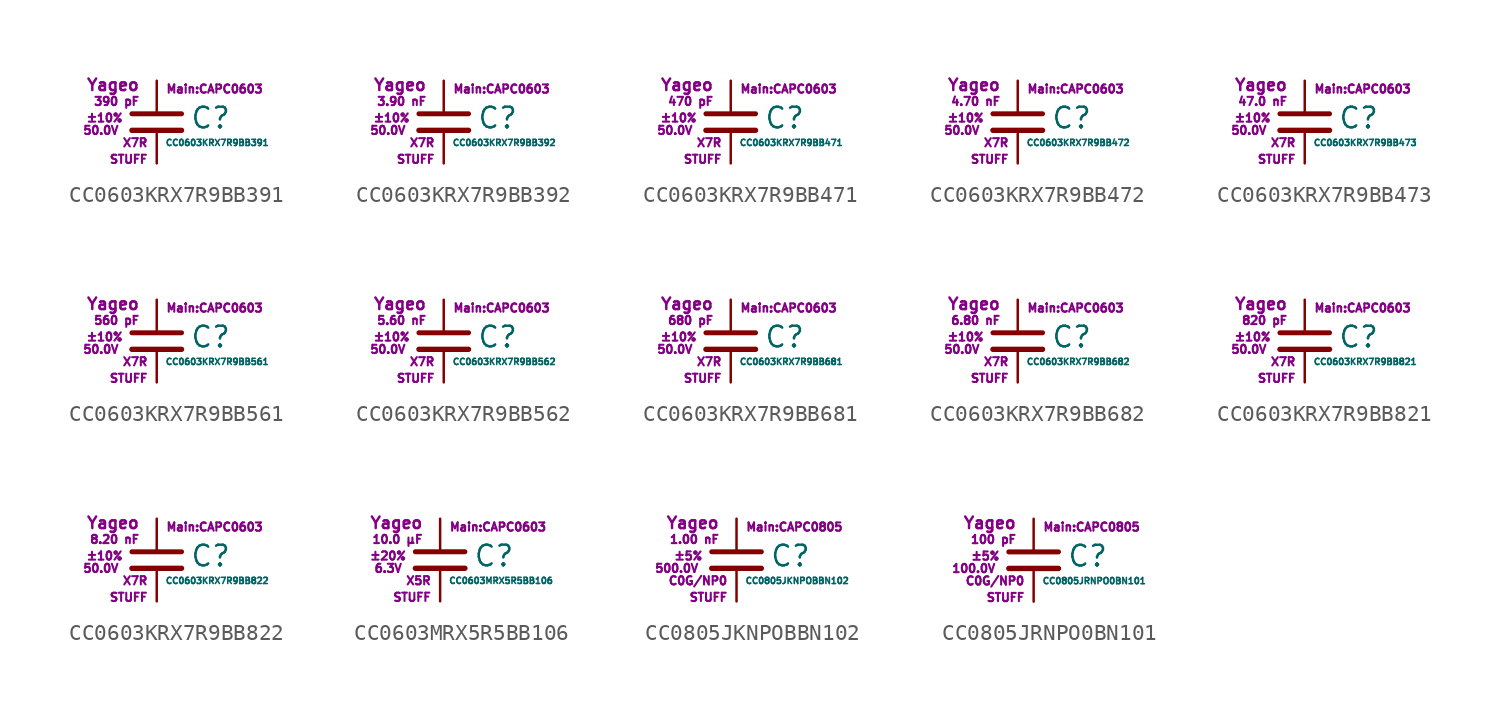
<source format=kicad_sym>
(kicad_symbol_lib
  (version 20211014)
  (generator kicad_symbol_editor)
  (symbol "CC0603KRX7R9BB391"
    (pin_numbers hide)
    (pin_names
      (offset 0.254) hide)
    (property "Reference" "C"
      (at 2.032 0.254 0)
      (effects (font (size 1.27 1.27)) (justify left)))
    (property "Value" "CC0603KRX7R9BB391"
      (at 0.508 -1.27 0)
      (effects (font (size 0.381 0.381)) (justify left)))
    (property "Footprint" "Main:CAPC0603"
      (at 3.556 2.032 0)
      (effects (font (size 0.508 0.508))))
    (property "Datasheet" ""
      (at 0.762 0.508 0)
      (effects (font (size 1.27 1.27))))
    (property "Manufacturer" "Yageo"
      (at -1.016 2.286 0)
      (effects (font (size 0.711 0.711)) (justify right)))
    (property "SKU" "STUFF"
      (at -0.508 -2.286 0)
      (effects (font (size 0.508 0.508)) (justify right)))
    (property "C" "390 pF"
      (at -1.016 1.27 0)
      (effects (font (size 0.508 0.508)) (justify right)))
    (property "Tol" "±10%"
      (at -2.032 0.254 0)
      (effects (font (size 0.508 0.508)) (justify right)))
    (property "Vmax" "50.0V"
      (at -2.286 -0.508 0)
      (effects (font (size 0.508 0.508)) (justify right)))
    (property "Type" "X7R"
      (at -0.508 -1.27 0)
      (effects (font (size 0.508 0.508)) (justify right)))
    (symbol "CC0603KRX7R9BB391_0_1"
      (polyline (pts (xy -1.524 -0.508) (xy 1.524 -0.508)) (stroke (width 0.33) (type default) (color 0 0 0 0)) (fill (type none)))
      (polyline (pts (xy -1.524 0.508) (xy 1.524 0.508)) (stroke (width 0.305) (type default) (color 0 0 0 0)) (fill (type none))))
    (symbol "CC0603KRX7R9BB391_1_1"
      (pin passive line (at 0 2.54 270) (length 1.905) (name "~" (effects (font (size 1.016 1.016)))) (number "1" (effects (font (size 1.016 1.016)))))
      (pin passive line (at 0 -2.54 90) (length 2.032) (name "~" (effects (font (size 1.016 1.016)))) (number "2" (effects (font (size 1.016 1.016)))))))
  (symbol "CC0603KRX7R9BB392"
    (pin_numbers hide)
    (pin_names
      (offset 0.254) hide)
    (property "Reference" "C"
      (at 2.032 0.254 0)
      (effects (font (size 1.27 1.27)) (justify left)))
    (property "Value" "CC0603KRX7R9BB392"
      (at 0.508 -1.27 0)
      (effects (font (size 0.381 0.381)) (justify left)))
    (property "Footprint" "Main:CAPC0603"
      (at 3.556 2.032 0)
      (effects (font (size 0.508 0.508))))
    (property "Datasheet" ""
      (at 0.762 0.508 0)
      (effects (font (size 1.27 1.27))))
    (property "Manufacturer" "Yageo"
      (at -1.016 2.286 0)
      (effects (font (size 0.711 0.711)) (justify right)))
    (property "SKU" "STUFF"
      (at -0.508 -2.286 0)
      (effects (font (size 0.508 0.508)) (justify right)))
    (property "C" "3.90 nF"
      (at -1.016 1.27 0)
      (effects (font (size 0.508 0.508)) (justify right)))
    (property "Tol" "±10%"
      (at -2.032 0.254 0)
      (effects (font (size 0.508 0.508)) (justify right)))
    (property "Vmax" "50.0V"
      (at -2.286 -0.508 0)
      (effects (font (size 0.508 0.508)) (justify right)))
    (property "Type" "X7R"
      (at -0.508 -1.27 0)
      (effects (font (size 0.508 0.508)) (justify right)))
    (symbol "CC0603KRX7R9BB392_0_1"
      (polyline (pts (xy -1.524 -0.508) (xy 1.524 -0.508)) (stroke (width 0.33) (type default) (color 0 0 0 0)) (fill (type none)))
      (polyline (pts (xy -1.524 0.508) (xy 1.524 0.508)) (stroke (width 0.305) (type default) (color 0 0 0 0)) (fill (type none))))
    (symbol "CC0603KRX7R9BB392_1_1"
      (pin passive line (at 0 2.54 270) (length 1.905) (name "~" (effects (font (size 1.016 1.016)))) (number "1" (effects (font (size 1.016 1.016)))))
      (pin passive line (at 0 -2.54 90) (length 2.032) (name "~" (effects (font (size 1.016 1.016)))) (number "2" (effects (font (size 1.016 1.016)))))))
  (symbol "CC0603KRX7R9BB471"
    (pin_numbers hide)
    (pin_names
      (offset 0.254) hide)
    (property "Reference" "C"
      (at 2.032 0.254 0)
      (effects (font (size 1.27 1.27)) (justify left)))
    (property "Value" "CC0603KRX7R9BB471"
      (at 0.508 -1.27 0)
      (effects (font (size 0.381 0.381)) (justify left)))
    (property "Footprint" "Main:CAPC0603"
      (at 3.556 2.032 0)
      (effects (font (size 0.508 0.508))))
    (property "Datasheet" ""
      (at 0.762 0.508 0)
      (effects (font (size 1.27 1.27))))
    (property "Manufacturer" "Yageo"
      (at -1.016 2.286 0)
      (effects (font (size 0.711 0.711)) (justify right)))
    (property "SKU" "STUFF"
      (at -0.508 -2.286 0)
      (effects (font (size 0.508 0.508)) (justify right)))
    (property "C" "470 pF"
      (at -1.016 1.27 0)
      (effects (font (size 0.508 0.508)) (justify right)))
    (property "Tol" "±10%"
      (at -2.032 0.254 0)
      (effects (font (size 0.508 0.508)) (justify right)))
    (property "Vmax" "50.0V"
      (at -2.286 -0.508 0)
      (effects (font (size 0.508 0.508)) (justify right)))
    (property "Type" "X7R"
      (at -0.508 -1.27 0)
      (effects (font (size 0.508 0.508)) (justify right)))
    (symbol "CC0603KRX7R9BB471_0_1"
      (polyline (pts (xy -1.524 -0.508) (xy 1.524 -0.508)) (stroke (width 0.33) (type default) (color 0 0 0 0)) (fill (type none)))
      (polyline (pts (xy -1.524 0.508) (xy 1.524 0.508)) (stroke (width 0.305) (type default) (color 0 0 0 0)) (fill (type none))))
    (symbol "CC0603KRX7R9BB471_1_1"
      (pin passive line (at 0 2.54 270) (length 1.905) (name "~" (effects (font (size 1.016 1.016)))) (number "1" (effects (font (size 1.016 1.016)))))
      (pin passive line (at 0 -2.54 90) (length 2.032) (name "~" (effects (font (size 1.016 1.016)))) (number "2" (effects (font (size 1.016 1.016)))))))
  (symbol "CC0603KRX7R9BB472"
    (pin_numbers hide)
    (pin_names
      (offset 0.254) hide)
    (property "Reference" "C"
      (at 2.032 0.254 0)
      (effects (font (size 1.27 1.27)) (justify left)))
    (property "Value" "CC0603KRX7R9BB472"
      (at 0.508 -1.27 0)
      (effects (font (size 0.381 0.381)) (justify left)))
    (property "Footprint" "Main:CAPC0603"
      (at 3.556 2.032 0)
      (effects (font (size 0.508 0.508))))
    (property "Datasheet" ""
      (at 0.762 0.508 0)
      (effects (font (size 1.27 1.27))))
    (property "Manufacturer" "Yageo"
      (at -1.016 2.286 0)
      (effects (font (size 0.711 0.711)) (justify right)))
    (property "SKU" "STUFF"
      (at -0.508 -2.286 0)
      (effects (font (size 0.508 0.508)) (justify right)))
    (property "C" "4.70 nF"
      (at -1.016 1.27 0)
      (effects (font (size 0.508 0.508)) (justify right)))
    (property "Tol" "±10%"
      (at -2.032 0.254 0)
      (effects (font (size 0.508 0.508)) (justify right)))
    (property "Vmax" "50.0V"
      (at -2.286 -0.508 0)
      (effects (font (size 0.508 0.508)) (justify right)))
    (property "Type" "X7R"
      (at -0.508 -1.27 0)
      (effects (font (size 0.508 0.508)) (justify right)))
    (symbol "CC0603KRX7R9BB472_0_1"
      (polyline (pts (xy -1.524 -0.508) (xy 1.524 -0.508)) (stroke (width 0.33) (type default) (color 0 0 0 0)) (fill (type none)))
      (polyline (pts (xy -1.524 0.508) (xy 1.524 0.508)) (stroke (width 0.305) (type default) (color 0 0 0 0)) (fill (type none))))
    (symbol "CC0603KRX7R9BB472_1_1"
      (pin passive line (at 0 2.54 270) (length 1.905) (name "~" (effects (font (size 1.016 1.016)))) (number "1" (effects (font (size 1.016 1.016)))))
      (pin passive line (at 0 -2.54 90) (length 2.032) (name "~" (effects (font (size 1.016 1.016)))) (number "2" (effects (font (size 1.016 1.016)))))))
  (symbol "CC0603KRX7R9BB473"
    (pin_numbers hide)
    (pin_names
      (offset 0.254) hide)
    (property "Reference" "C"
      (at 2.032 0.254 0)
      (effects (font (size 1.27 1.27)) (justify left)))
    (property "Value" "CC0603KRX7R9BB473"
      (at 0.508 -1.27 0)
      (effects (font (size 0.381 0.381)) (justify left)))
    (property "Footprint" "Main:CAPC0603"
      (at 3.556 2.032 0)
      (effects (font (size 0.508 0.508))))
    (property "Datasheet" ""
      (at 0.762 0.508 0)
      (effects (font (size 1.27 1.27))))
    (property "Manufacturer" "Yageo"
      (at -1.016 2.286 0)
      (effects (font (size 0.711 0.711)) (justify right)))
    (property "SKU" "STUFF"
      (at -0.508 -2.286 0)
      (effects (font (size 0.508 0.508)) (justify right)))
    (property "C" "47.0 nF"
      (at -1.016 1.27 0)
      (effects (font (size 0.508 0.508)) (justify right)))
    (property "Tol" "±10%"
      (at -2.032 0.254 0)
      (effects (font (size 0.508 0.508)) (justify right)))
    (property "Vmax" "50.0V"
      (at -2.286 -0.508 0)
      (effects (font (size 0.508 0.508)) (justify right)))
    (property "Type" "X7R"
      (at -0.508 -1.27 0)
      (effects (font (size 0.508 0.508)) (justify right)))
    (symbol "CC0603KRX7R9BB473_0_1"
      (polyline (pts (xy -1.524 -0.508) (xy 1.524 -0.508)) (stroke (width 0.33) (type default) (color 0 0 0 0)) (fill (type none)))
      (polyline (pts (xy -1.524 0.508) (xy 1.524 0.508)) (stroke (width 0.305) (type default) (color 0 0 0 0)) (fill (type none))))
    (symbol "CC0603KRX7R9BB473_1_1"
      (pin passive line (at 0 2.54 270) (length 1.905) (name "~" (effects (font (size 1.016 1.016)))) (number "1" (effects (font (size 1.016 1.016)))))
      (pin passive line (at 0 -2.54 90) (length 2.032) (name "~" (effects (font (size 1.016 1.016)))) (number "2" (effects (font (size 1.016 1.016)))))))
  (symbol "CC0603KRX7R9BB561"
    (pin_numbers hide)
    (pin_names
      (offset 0.254) hide)
    (property "Reference" "C"
      (at 2.032 0.254 0)
      (effects (font (size 1.27 1.27)) (justify left)))
    (property "Value" "CC0603KRX7R9BB561"
      (at 0.508 -1.27 0)
      (effects (font (size 0.381 0.381)) (justify left)))
    (property "Footprint" "Main:CAPC0603"
      (at 3.556 2.032 0)
      (effects (font (size 0.508 0.508))))
    (property "Datasheet" ""
      (at 0.762 0.508 0)
      (effects (font (size 1.27 1.27))))
    (property "Manufacturer" "Yageo"
      (at -1.016 2.286 0)
      (effects (font (size 0.711 0.711)) (justify right)))
    (property "SKU" "STUFF"
      (at -0.508 -2.286 0)
      (effects (font (size 0.508 0.508)) (justify right)))
    (property "C" "560 pF"
      (at -1.016 1.27 0)
      (effects (font (size 0.508 0.508)) (justify right)))
    (property "Tol" "±10%"
      (at -2.032 0.254 0)
      (effects (font (size 0.508 0.508)) (justify right)))
    (property "Vmax" "50.0V"
      (at -2.286 -0.508 0)
      (effects (font (size 0.508 0.508)) (justify right)))
    (property "Type" "X7R"
      (at -0.508 -1.27 0)
      (effects (font (size 0.508 0.508)) (justify right)))
    (symbol "CC0603KRX7R9BB561_0_1"
      (polyline (pts (xy -1.524 -0.508) (xy 1.524 -0.508)) (stroke (width 0.33) (type default) (color 0 0 0 0)) (fill (type none)))
      (polyline (pts (xy -1.524 0.508) (xy 1.524 0.508)) (stroke (width 0.305) (type default) (color 0 0 0 0)) (fill (type none))))
    (symbol "CC0603KRX7R9BB561_1_1"
      (pin passive line (at 0 2.54 270) (length 1.905) (name "~" (effects (font (size 1.016 1.016)))) (number "1" (effects (font (size 1.016 1.016)))))
      (pin passive line (at 0 -2.54 90) (length 2.032) (name "~" (effects (font (size 1.016 1.016)))) (number "2" (effects (font (size 1.016 1.016)))))))
  (symbol "CC0603KRX7R9BB562"
    (pin_numbers hide)
    (pin_names
      (offset 0.254) hide)
    (property "Reference" "C"
      (at 2.032 0.254 0)
      (effects (font (size 1.27 1.27)) (justify left)))
    (property "Value" "CC0603KRX7R9BB562"
      (at 0.508 -1.27 0)
      (effects (font (size 0.381 0.381)) (justify left)))
    (property "Footprint" "Main:CAPC0603"
      (at 3.556 2.032 0)
      (effects (font (size 0.508 0.508))))
    (property "Datasheet" ""
      (at 0.762 0.508 0)
      (effects (font (size 1.27 1.27))))
    (property "Manufacturer" "Yageo"
      (at -1.016 2.286 0)
      (effects (font (size 0.711 0.711)) (justify right)))
    (property "SKU" "STUFF"
      (at -0.508 -2.286 0)
      (effects (font (size 0.508 0.508)) (justify right)))
    (property "C" "5.60 nF"
      (at -1.016 1.27 0)
      (effects (font (size 0.508 0.508)) (justify right)))
    (property "Tol" "±10%"
      (at -2.032 0.254 0)
      (effects (font (size 0.508 0.508)) (justify right)))
    (property "Vmax" "50.0V"
      (at -2.286 -0.508 0)
      (effects (font (size 0.508 0.508)) (justify right)))
    (property "Type" "X7R"
      (at -0.508 -1.27 0)
      (effects (font (size 0.508 0.508)) (justify right)))
    (symbol "CC0603KRX7R9BB562_0_1"
      (polyline (pts (xy -1.524 -0.508) (xy 1.524 -0.508)) (stroke (width 0.33) (type default) (color 0 0 0 0)) (fill (type none)))
      (polyline (pts (xy -1.524 0.508) (xy 1.524 0.508)) (stroke (width 0.305) (type default) (color 0 0 0 0)) (fill (type none))))
    (symbol "CC0603KRX7R9BB562_1_1"
      (pin passive line (at 0 2.54 270) (length 1.905) (name "~" (effects (font (size 1.016 1.016)))) (number "1" (effects (font (size 1.016 1.016)))))
      (pin passive line (at 0 -2.54 90) (length 2.032) (name "~" (effects (font (size 1.016 1.016)))) (number "2" (effects (font (size 1.016 1.016)))))))
  (symbol "CC0603KRX7R9BB681"
    (pin_numbers hide)
    (pin_names
      (offset 0.254) hide)
    (property "Reference" "C"
      (at 2.032 0.254 0)
      (effects (font (size 1.27 1.27)) (justify left)))
    (property "Value" "CC0603KRX7R9BB681"
      (at 0.508 -1.27 0)
      (effects (font (size 0.381 0.381)) (justify left)))
    (property "Footprint" "Main:CAPC0603"
      (at 3.556 2.032 0)
      (effects (font (size 0.508 0.508))))
    (property "Datasheet" ""
      (at 0.762 0.508 0)
      (effects (font (size 1.27 1.27))))
    (property "Manufacturer" "Yageo"
      (at -1.016 2.286 0)
      (effects (font (size 0.711 0.711)) (justify right)))
    (property "SKU" "STUFF"
      (at -0.508 -2.286 0)
      (effects (font (size 0.508 0.508)) (justify right)))
    (property "C" "680 pF"
      (at -1.016 1.27 0)
      (effects (font (size 0.508 0.508)) (justify right)))
    (property "Tol" "±10%"
      (at -2.032 0.254 0)
      (effects (font (size 0.508 0.508)) (justify right)))
    (property "Vmax" "50.0V"
      (at -2.286 -0.508 0)
      (effects (font (size 0.508 0.508)) (justify right)))
    (property "Type" "X7R"
      (at -0.508 -1.27 0)
      (effects (font (size 0.508 0.508)) (justify right)))
    (symbol "CC0603KRX7R9BB681_0_1"
      (polyline (pts (xy -1.524 -0.508) (xy 1.524 -0.508)) (stroke (width 0.33) (type default) (color 0 0 0 0)) (fill (type none)))
      (polyline (pts (xy -1.524 0.508) (xy 1.524 0.508)) (stroke (width 0.305) (type default) (color 0 0 0 0)) (fill (type none))))
    (symbol "CC0603KRX7R9BB681_1_1"
      (pin passive line (at 0 2.54 270) (length 1.905) (name "~" (effects (font (size 1.016 1.016)))) (number "1" (effects (font (size 1.016 1.016)))))
      (pin passive line (at 0 -2.54 90) (length 2.032) (name "~" (effects (font (size 1.016 1.016)))) (number "2" (effects (font (size 1.016 1.016)))))))
  (symbol "CC0603KRX7R9BB682"
    (pin_numbers hide)
    (pin_names
      (offset 0.254) hide)
    (property "Reference" "C"
      (at 2.032 0.254 0)
      (effects (font (size 1.27 1.27)) (justify left)))
    (property "Value" "CC0603KRX7R9BB682"
      (at 0.508 -1.27 0)
      (effects (font (size 0.381 0.381)) (justify left)))
    (property "Footprint" "Main:CAPC0603"
      (at 3.556 2.032 0)
      (effects (font (size 0.508 0.508))))
    (property "Datasheet" ""
      (at 0.762 0.508 0)
      (effects (font (size 1.27 1.27))))
    (property "Manufacturer" "Yageo"
      (at -1.016 2.286 0)
      (effects (font (size 0.711 0.711)) (justify right)))
    (property "SKU" "STUFF"
      (at -0.508 -2.286 0)
      (effects (font (size 0.508 0.508)) (justify right)))
    (property "C" "6.80 nF"
      (at -1.016 1.27 0)
      (effects (font (size 0.508 0.508)) (justify right)))
    (property "Tol" "±10%"
      (at -2.032 0.254 0)
      (effects (font (size 0.508 0.508)) (justify right)))
    (property "Vmax" "50.0V"
      (at -2.286 -0.508 0)
      (effects (font (size 0.508 0.508)) (justify right)))
    (property "Type" "X7R"
      (at -0.508 -1.27 0)
      (effects (font (size 0.508 0.508)) (justify right)))
    (symbol "CC0603KRX7R9BB682_0_1"
      (polyline (pts (xy -1.524 -0.508) (xy 1.524 -0.508)) (stroke (width 0.33) (type default) (color 0 0 0 0)) (fill (type none)))
      (polyline (pts (xy -1.524 0.508) (xy 1.524 0.508)) (stroke (width 0.305) (type default) (color 0 0 0 0)) (fill (type none))))
    (symbol "CC0603KRX7R9BB682_1_1"
      (pin passive line (at 0 2.54 270) (length 1.905) (name "~" (effects (font (size 1.016 1.016)))) (number "1" (effects (font (size 1.016 1.016)))))
      (pin passive line (at 0 -2.54 90) (length 2.032) (name "~" (effects (font (size 1.016 1.016)))) (number "2" (effects (font (size 1.016 1.016)))))))
  (symbol "CC0603KRX7R9BB821"
    (pin_numbers hide)
    (pin_names
      (offset 0.254) hide)
    (property "Reference" "C"
      (at 2.032 0.254 0)
      (effects (font (size 1.27 1.27)) (justify left)))
    (property "Value" "CC0603KRX7R9BB821"
      (at 0.508 -1.27 0)
      (effects (font (size 0.381 0.381)) (justify left)))
    (property "Footprint" "Main:CAPC0603"
      (at 3.556 2.032 0)
      (effects (font (size 0.508 0.508))))
    (property "Datasheet" ""
      (at 0.762 0.508 0)
      (effects (font (size 1.27 1.27))))
    (property "Manufacturer" "Yageo"
      (at -1.016 2.286 0)
      (effects (font (size 0.711 0.711)) (justify right)))
    (property "SKU" "STUFF"
      (at -0.508 -2.286 0)
      (effects (font (size 0.508 0.508)) (justify right)))
    (property "C" "820 pF"
      (at -1.016 1.27 0)
      (effects (font (size 0.508 0.508)) (justify right)))
    (property "Tol" "±10%"
      (at -2.032 0.254 0)
      (effects (font (size 0.508 0.508)) (justify right)))
    (property "Vmax" "50.0V"
      (at -2.286 -0.508 0)
      (effects (font (size 0.508 0.508)) (justify right)))
    (property "Type" "X7R"
      (at -0.508 -1.27 0)
      (effects (font (size 0.508 0.508)) (justify right)))
    (symbol "CC0603KRX7R9BB821_0_1"
      (polyline (pts (xy -1.524 -0.508) (xy 1.524 -0.508)) (stroke (width 0.33) (type default) (color 0 0 0 0)) (fill (type none)))
      (polyline (pts (xy -1.524 0.508) (xy 1.524 0.508)) (stroke (width 0.305) (type default) (color 0 0 0 0)) (fill (type none))))
    (symbol "CC0603KRX7R9BB821_1_1"
      (pin passive line (at 0 2.54 270) (length 1.905) (name "~" (effects (font (size 1.016 1.016)))) (number "1" (effects (font (size 1.016 1.016)))))
      (pin passive line (at 0 -2.54 90) (length 2.032) (name "~" (effects (font (size 1.016 1.016)))) (number "2" (effects (font (size 1.016 1.016)))))))
  (symbol "CC0603KRX7R9BB822"
    (pin_numbers hide)
    (pin_names
      (offset 0.254) hide)
    (property "Reference" "C"
      (at 2.032 0.254 0)
      (effects (font (size 1.27 1.27)) (justify left)))
    (property "Value" "CC0603KRX7R9BB822"
      (at 0.508 -1.27 0)
      (effects (font (size 0.381 0.381)) (justify left)))
    (property "Footprint" "Main:CAPC0603"
      (at 3.556 2.032 0)
      (effects (font (size 0.508 0.508))))
    (property "Datasheet" ""
      (at 0.762 0.508 0)
      (effects (font (size 1.27 1.27))))
    (property "Manufacturer" "Yageo"
      (at -1.016 2.286 0)
      (effects (font (size 0.711 0.711)) (justify right)))
    (property "SKU" "STUFF"
      (at -0.508 -2.286 0)
      (effects (font (size 0.508 0.508)) (justify right)))
    (property "C" "8.20 nF"
      (at -1.016 1.27 0)
      (effects (font (size 0.508 0.508)) (justify right)))
    (property "Tol" "±10%"
      (at -2.032 0.254 0)
      (effects (font (size 0.508 0.508)) (justify right)))
    (property "Vmax" "50.0V"
      (at -2.286 -0.508 0)
      (effects (font (size 0.508 0.508)) (justify right)))
    (property "Type" "X7R"
      (at -0.508 -1.27 0)
      (effects (font (size 0.508 0.508)) (justify right)))
    (symbol "CC0603KRX7R9BB822_0_1"
      (polyline (pts (xy -1.524 -0.508) (xy 1.524 -0.508)) (stroke (width 0.33) (type default) (color 0 0 0 0)) (fill (type none)))
      (polyline (pts (xy -1.524 0.508) (xy 1.524 0.508)) (stroke (width 0.305) (type default) (color 0 0 0 0)) (fill (type none))))
    (symbol "CC0603KRX7R9BB822_1_1"
      (pin passive line (at 0 2.54 270) (length 1.905) (name "~" (effects (font (size 1.016 1.016)))) (number "1" (effects (font (size 1.016 1.016)))))
      (pin passive line (at 0 -2.54 90) (length 2.032) (name "~" (effects (font (size 1.016 1.016)))) (number "2" (effects (font (size 1.016 1.016)))))))
  (symbol "CC0603MRX5R5BB106"
    (pin_numbers hide)
    (pin_names
      (offset 0.254) hide)
    (property "Reference" "C"
      (at 2.032 0.254 0)
      (effects (font (size 1.27 1.27)) (justify left)))
    (property "Value" "CC0603MRX5R5BB106"
      (at 0.508 -1.27 0)
      (effects (font (size 0.381 0.381)) (justify left)))
    (property "Footprint" "Main:CAPC0603"
      (at 3.556 2.032 0)
      (effects (font (size 0.508 0.508))))
    (property "Datasheet" ""
      (at 0.762 0.508 0)
      (effects (font (size 1.27 1.27))))
    (property "Manufacturer" "Yageo"
      (at -1.016 2.286 0)
      (effects (font (size 0.711 0.711)) (justify right)))
    (property "SKU" "STUFF"
      (at -0.508 -2.286 0)
      (effects (font (size 0.508 0.508)) (justify right)))
    (property "C" "10.0 µF"
      (at -1.016 1.27 0)
      (effects (font (size 0.508 0.508)) (justify right)))
    (property "Tol" "±20%"
      (at -2.032 0.254 0)
      (effects (font (size 0.508 0.508)) (justify right)))
    (property "Vmax" "6.3V"
      (at -2.286 -0.508 0)
      (effects (font (size 0.508 0.508)) (justify right)))
    (property "Type" "X5R"
      (at -0.508 -1.27 0)
      (effects (font (size 0.508 0.508)) (justify right)))
    (symbol "CC0603MRX5R5BB106_0_1"
      (polyline (pts (xy -1.524 -0.508) (xy 1.524 -0.508)) (stroke (width 0.33) (type default) (color 0 0 0 0)) (fill (type none)))
      (polyline (pts (xy -1.524 0.508) (xy 1.524 0.508)) (stroke (width 0.305) (type default) (color 0 0 0 0)) (fill (type none))))
    (symbol "CC0603MRX5R5BB106_1_1"
      (pin passive line (at 0 2.54 270) (length 1.905) (name "~" (effects (font (size 1.016 1.016)))) (number "1" (effects (font (size 1.016 1.016)))))
      (pin passive line (at 0 -2.54 90) (length 2.032) (name "~" (effects (font (size 1.016 1.016)))) (number "2" (effects (font (size 1.016 1.016)))))))
  (symbol "CC0805JKNPOBBN102"
    (pin_numbers hide)
    (pin_names
      (offset 0.254) hide)
    (property "Reference" "C"
      (at 2.032 0.254 0)
      (effects (font (size 1.27 1.27)) (justify left)))
    (property "Value" "CC0805JKNPOBBN102"
      (at 0.508 -1.27 0)
      (effects (font (size 0.381 0.381)) (justify left)))
    (property "Footprint" "Main:CAPC0805"
      (at 3.556 2.032 0)
      (effects (font (size 0.508 0.508))))
    (property "Datasheet" ""
      (at 0.762 0.508 0)
      (effects (font (size 1.27 1.27))))
    (property "Manufacturer" "Yageo"
      (at -1.016 2.286 0)
      (effects (font (size 0.711 0.711)) (justify right)))
    (property "SKU" "STUFF"
      (at -0.508 -2.286 0)
      (effects (font (size 0.508 0.508)) (justify right)))
    (property "C" "1.00 nF"
      (at -1.016 1.27 0)
      (effects (font (size 0.508 0.508)) (justify right)))
    (property "Tol" "±5%"
      (at -2.032 0.254 0)
      (effects (font (size 0.508 0.508)) (justify right)))
    (property "Vmax" "500.0V"
      (at -2.286 -0.508 0)
      (effects (font (size 0.508 0.508)) (justify right)))
    (property "Type" "C0G/NP0"
      (at -0.508 -1.27 0)
      (effects (font (size 0.508 0.508)) (justify right)))
    (symbol "CC0805JKNPOBBN102_0_1"
      (polyline (pts (xy -1.524 -0.508) (xy 1.524 -0.508)) (stroke (width 0.33) (type default) (color 0 0 0 0)) (fill (type none)))
      (polyline (pts (xy -1.524 0.508) (xy 1.524 0.508)) (stroke (width 0.305) (type default) (color 0 0 0 0)) (fill (type none))))
    (symbol "CC0805JKNPOBBN102_1_1"
      (pin passive line (at 0 2.54 270) (length 1.905) (name "~" (effects (font (size 1.016 1.016)))) (number "1" (effects (font (size 1.016 1.016)))))
      (pin passive line (at 0 -2.54 90) (length 2.032) (name "~" (effects (font (size 1.016 1.016)))) (number "2" (effects (font (size 1.016 1.016)))))))
  (symbol "CC0805JRNPO0BN101"
    (pin_numbers hide)
    (pin_names
      (offset 0.254) hide)
    (property "Reference" "C"
      (at 2.032 0.254 0)
      (effects (font (size 1.27 1.27)) (justify left)))
    (property "Value" "CC0805JRNPO0BN101"
      (at 0.508 -1.27 0)
      (effects (font (size 0.381 0.381)) (justify left)))
    (property "Footprint" "Main:CAPC0805"
      (at 3.556 2.032 0)
      (effects (font (size 0.508 0.508))))
    (property "Datasheet" ""
      (at 0.762 0.508 0)
      (effects (font (size 1.27 1.27))))
    (property "Manufacturer" "Yageo"
      (at -1.016 2.286 0)
      (effects (font (size 0.711 0.711)) (justify right)))
    (property "SKU" "STUFF"
      (at -0.508 -2.286 0)
      (effects (font (size 0.508 0.508)) (justify right)))
    (property "C" "100 pF"
      (at -1.016 1.27 0)
      (effects (font (size 0.508 0.508)) (justify right)))
    (property "Tol" "±5%"
      (at -2.032 0.254 0)
      (effects (font (size 0.508 0.508)) (justify right)))
    (property "Vmax" "100.0V"
      (at -2.286 -0.508 0)
      (effects (font (size 0.508 0.508)) (justify right)))
    (property "Type" "C0G/NP0"
      (at -0.508 -1.27 0)
      (effects (font (size 0.508 0.508)) (justify right)))
    (symbol "CC0805JRNPO0BN101_0_1"
      (polyline (pts (xy -1.524 -0.508) (xy 1.524 -0.508)) (stroke (width 0.33) (type default) (color 0 0 0 0)) (fill (type none)))
      (polyline (pts (xy -1.524 0.508) (xy 1.524 0.508)) (stroke (width 0.305) (type default) (color 0 0 0 0)) (fill (type none))))
    (symbol "CC0805JRNPO0BN101_1_1"
      (pin passive line (at 0 2.54 270) (length 1.905) (name "~" (effects (font (size 1.016 1.016)))) (number "1" (effects (font (size 1.016 1.016)))))
      (pin passive line (at 0 -2.54 90) (length 2.032) (name "~" (effects (font (size 1.016 1.016)))) (number "2" (effects (font (size 1.016 1.016))))))))
</source>
